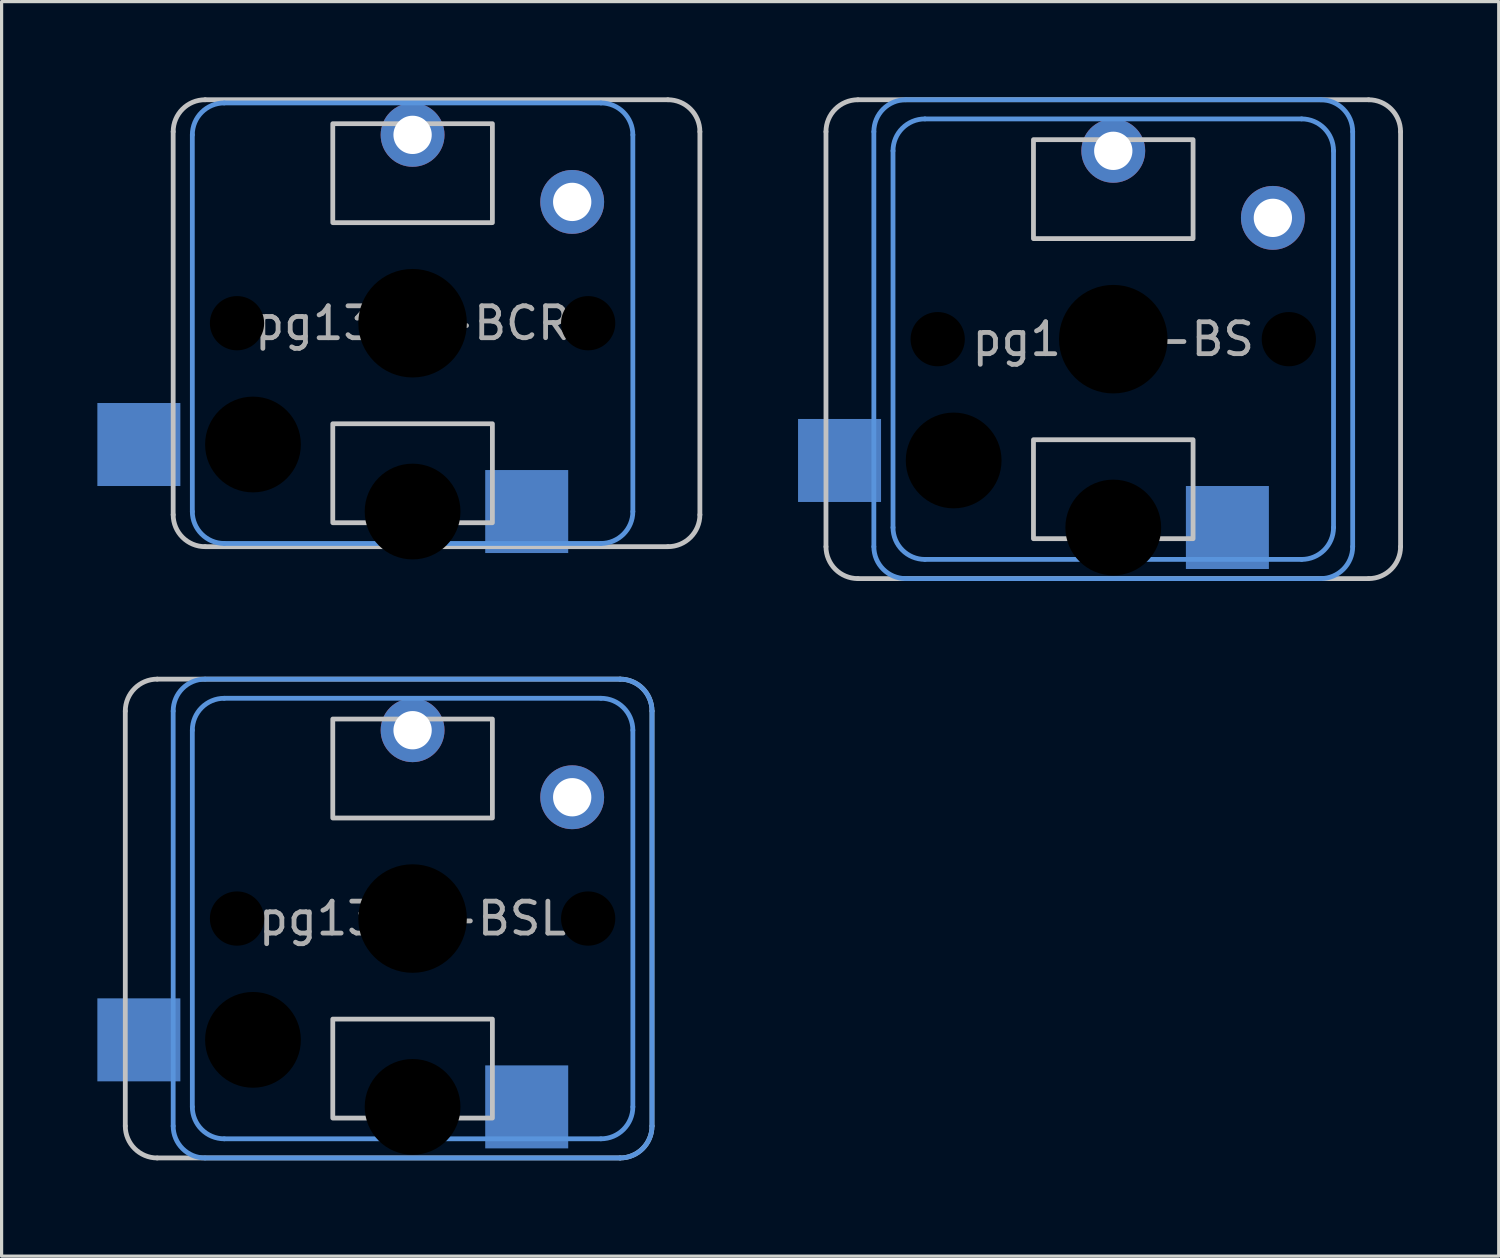
<source format=kicad_pcb>
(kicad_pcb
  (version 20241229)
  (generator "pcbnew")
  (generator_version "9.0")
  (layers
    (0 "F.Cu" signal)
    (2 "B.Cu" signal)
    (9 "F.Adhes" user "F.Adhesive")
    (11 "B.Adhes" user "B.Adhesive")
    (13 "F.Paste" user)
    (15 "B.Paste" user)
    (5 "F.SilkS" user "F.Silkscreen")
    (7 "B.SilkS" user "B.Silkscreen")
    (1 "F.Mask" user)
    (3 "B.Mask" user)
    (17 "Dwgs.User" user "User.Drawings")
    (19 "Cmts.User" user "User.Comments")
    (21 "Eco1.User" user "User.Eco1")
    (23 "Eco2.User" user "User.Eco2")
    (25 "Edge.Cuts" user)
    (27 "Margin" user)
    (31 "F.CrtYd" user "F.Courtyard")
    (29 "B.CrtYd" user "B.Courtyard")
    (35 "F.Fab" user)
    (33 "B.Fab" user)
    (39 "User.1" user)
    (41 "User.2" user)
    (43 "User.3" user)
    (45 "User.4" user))
  (footprint "pg1350-BCR"
    (layer "F.Cu")
    (at 9.875 7.075)
    (property "Reference" "pg1350-BCR" (at 0 0 0) (layer "F.Fab") (effects (font (size 1 1) (thickness 0.15))))
    (attr through_hole)
    (fp_line (start -7.5 6) (end -7.5 -6) (stroke (width 0.15) (type solid)) (layer "Dwgs.User"))
    (fp_line (start -6.5 -7) (end 8 -7) (stroke (width 0.15) (type solid)) (layer "Dwgs.User"))
    (fp_line (start 8 7) (end -6.5 7) (stroke (width 0.15) (type solid)) (layer "Dwgs.User"))
    (fp_line (start 9 -6) (end 9 6) (stroke (width 0.15) (type solid)) (layer "Dwgs.User"))
    (fp_rect (start 2.5 -6.25) (end -2.5 -3.15) (stroke (width 0.15) (type solid)) (fill no) (layer "Dwgs.User"))
    (fp_rect (start 2.5 6.25) (end -2.5 3.15) (stroke (width 0.15) (type solid)) (fill no) (layer "Dwgs.User"))
    (fp_arc (start -7.5 -6) (mid -7.207107 -6.707107) (end -6.5 -7) (stroke (width 0.15) (type solid)) (layer "Dwgs.User"))
    (fp_arc (start -6.5 7) (mid -7.207107 6.707107) (end -7.5 6) (stroke (width 0.15) (type solid)) (layer "Dwgs.User"))
    (fp_arc (start 8 -7) (mid 8.707107 -6.707107) (end 9 -6) (stroke (width 0.15) (type solid)) (layer "Dwgs.User"))
    (fp_arc (start 9 6) (mid 8.707107 6.707107) (end 8 7) (stroke (width 0.15) (type solid)) (layer "Dwgs.User"))
    (fp_line (start -6.9 5.9) (end -6.9 -5.9) (stroke (width 0.15) (type solid)) (layer "Cmts.User"))
    (fp_line (start -5.9 -6.9) (end 5.9 -6.9) (stroke (width 0.15) (type solid)) (layer "Cmts.User"))
    (fp_line (start 5.9 6.9) (end -5.9 6.9) (stroke (width 0.15) (type solid)) (layer "Cmts.User"))
    (fp_line (start 6.9 -5.9) (end 6.9 5.9) (stroke (width 0.15) (type solid)) (layer "Cmts.User"))
    (fp_arc (start -6.9 -5.9) (mid -6.607107 -6.607107) (end -5.9 -6.9) (stroke (width 0.15) (type solid)) (layer "Cmts.User"))
    (fp_arc (start -5.9 6.9) (mid -6.607107 6.607107) (end -6.9 5.9) (stroke (width 0.15) (type solid)) (layer "Cmts.User"))
    (fp_arc (start 5.9 -6.9) (mid 6.607107 -6.607107) (end 6.9 -5.9) (stroke (width 0.15) (type solid)) (layer "Cmts.User"))
    (fp_arc (start 6.9 5.9) (mid 6.607107 6.607107) (end 5.9 6.9) (stroke (width 0.15) (type solid)) (layer "Cmts.User"))
    (pad "" np_thru_hole circle (at -5.5 0) (size 1.7 1.7) (drill 1.7) (layers "*.Mask"))
    (pad "" np_thru_hole circle (at -5 3.8 180) (size 3 3) (drill 3) (layers "*.Mask"))
    (pad "" np_thru_hole circle (at 0 0) (size 3.4 3.4) (drill 3.4) (layers "*.Mask"))
    (pad "" np_thru_hole circle (at 0 5.9 180) (size 3 3) (drill 3) (layers "*.Mask"))
    (pad "" np_thru_hole circle (at 5.5 0) (size 1.7 1.7) (drill 1.7) (layers "*.Mask"))
    (pad "1" thru_hole circle (at 0 -5.9) (size 2 2) (drill 1.2) (layers "*.Cu" "B.Mask"))
    (pad "1" smd rect (at 3.575 5.9 180) (size 2.6 2.6) (layers "B.Cu" "B.Mask"))
    (pad "2" smd rect (at -8.575 3.8 180) (size 2.6 2.6) (layers "B.Cu" "B.Mask"))
    (pad "2" thru_hole circle (at 5 -3.8) (size 2 2) (drill 1.2) (layers "*.Cu" "B.Mask")))
  (footprint "pg1350-BSL"
    (layer "F.Cu")
    (at 9.875 25.725)
    (property "Reference" "pg1350-BSL" (at 0 0 0) (layer "F.Fab") (effects (font (size 1 1) (thickness 0.15))))
    (attr through_hole)
    (fp_line (start -9 6.5) (end -9 -6.5) (stroke (width 0.15) (type solid)) (layer "Dwgs.User"))
    (fp_line (start -8 -7.5) (end 6.5 -7.5) (stroke (width 0.15) (type solid)) (layer "Dwgs.User"))
    (fp_line (start 6.5 7.5) (end -8 7.5) (stroke (width 0.15) (type solid)) (layer "Dwgs.User"))
    (fp_line (start 7.5 -6.5) (end 7.5 6.5) (stroke (width 0.15) (type solid)) (layer "Dwgs.User"))
    (fp_rect (start 2.5 -6.25) (end -2.5 -3.15) (stroke (width 0.15) (type solid)) (fill no) (layer "Dwgs.User"))
    (fp_rect (start 2.5 6.25) (end -2.5 3.15) (stroke (width 0.15) (type solid)) (fill no) (layer "Dwgs.User"))
    (fp_arc (start -9 -6.5) (mid -8.707107 -7.207107) (end -8 -7.5) (stroke (width 0.15) (type solid)) (layer "Dwgs.User"))
    (fp_arc (start -8 7.5) (mid -8.707107 7.207107) (end -9 6.5) (stroke (width 0.15) (type solid)) (layer "Dwgs.User"))
    (fp_arc (start 6.5 -7.5) (mid 7.207107 -7.207107) (end 7.5 -6.5) (stroke (width 0.15) (type solid)) (layer "Dwgs.User"))
    (fp_arc (start 7.5 6.5) (mid 7.207107 7.207107) (end 6.5 7.5) (stroke (width 0.15) (type solid)) (layer "Dwgs.User"))
    (fp_line (start -7.5 6.5) (end -7.5 -6.5) (stroke (width 0.15) (type solid)) (layer "Cmts.User"))
    (fp_line (start -6.9 5.9) (end -6.9 -5.9) (stroke (width 0.15) (type solid)) (layer "Cmts.User"))
    (fp_line (start -6.5 -7.5) (end 6.5 -7.5) (stroke (width 0.15) (type solid)) (layer "Cmts.User"))
    (fp_line (start -5.9 -6.9) (end 5.9 -6.9) (stroke (width 0.15) (type solid)) (layer "Cmts.User"))
    (fp_line (start 5.9 6.9) (end -5.9 6.9) (stroke (width 0.15) (type solid)) (layer "Cmts.User"))
    (fp_line (start 6.5 7.5) (end -6.5 7.5) (stroke (width 0.15) (type solid)) (layer "Cmts.User"))
    (fp_line (start 6.9 -5.9) (end 6.9 5.9) (stroke (width 0.15) (type solid)) (layer "Cmts.User"))
    (fp_line (start 7.5 -6.5) (end 7.5 6.5) (stroke (width 0.15) (type solid)) (layer "Cmts.User"))
    (fp_arc (start -7.5 -6.5) (mid -7.207107 -7.207107) (end -6.5 -7.5) (stroke (width 0.15) (type solid)) (layer "Cmts.User"))
    (fp_arc (start -6.9 -5.9) (mid -6.607107 -6.607107) (end -5.9 -6.9) (stroke (width 0.15) (type solid)) (layer "Cmts.User"))
    (fp_arc (start -6.5 7.5) (mid -7.207107 7.207107) (end -7.5 6.5) (stroke (width 0.15) (type solid)) (layer "Cmts.User"))
    (fp_arc (start -5.9 6.9) (mid -6.607107 6.607107) (end -6.9 5.9) (stroke (width 0.15) (type solid)) (layer "Cmts.User"))
    (fp_arc (start 5.9 -6.9) (mid 6.607107 -6.607107) (end 6.9 -5.9) (stroke (width 0.15) (type solid)) (layer "Cmts.User"))
    (fp_arc (start 6.5 -7.5) (mid 7.207107 -7.207107) (end 7.5 -6.5) (stroke (width 0.15) (type solid)) (layer "Cmts.User"))
    (fp_arc (start 6.9 5.9) (mid 6.607107 6.607107) (end 5.9 6.9) (stroke (width 0.15) (type solid)) (layer "Cmts.User"))
    (fp_arc (start 7.5 6.5) (mid 7.207107 7.207107) (end 6.5 7.5) (stroke (width 0.15) (type solid)) (layer "Cmts.User"))
    (pad "" np_thru_hole circle (at -5.5 0) (size 1.7 1.7) (drill 1.7) (layers "*.Mask"))
    (pad "" np_thru_hole circle (at -5 3.8 180) (size 3 3) (drill 3) (layers "*.Mask"))
    (pad "" np_thru_hole circle (at 0 0) (size 3.4 3.4) (drill 3.4) (layers "*.Mask"))
    (pad "" np_thru_hole circle (at 0 5.9 180) (size 3 3) (drill 3) (layers "*.Mask"))
    (pad "" np_thru_hole circle (at 5.5 0) (size 1.7 1.7) (drill 1.7) (layers "*.Mask"))
    (pad "1" thru_hole circle (at 0 -5.9) (size 2 2) (drill 1.2) (layers "*.Cu" "B.Mask"))
    (pad "1" smd rect (at 3.575 5.9 180) (size 2.6 2.6) (layers "B.Cu" "B.Mask"))
    (pad "2" smd rect (at -8.575 3.8 180) (size 2.6 2.6) (layers "B.Cu" "B.Mask"))
    (pad "2" thru_hole circle (at 5 -3.8) (size 2 2) (drill 1.2) (layers "*.Cu" "B.Mask")))
  (footprint "pg1350-BS"
    (layer "F.Cu")
    (at 31.825 7.575)
    (property "Reference" "pg1350-BS" (at 0 0 0) (layer "F.Fab") (effects (font (size 1 1) (thickness 0.15))))
    (attr through_hole)
    (fp_line (start -9 6.5) (end -9 -6.5) (stroke (width 0.15) (type solid)) (layer "Dwgs.User"))
    (fp_line (start -8 -7.5) (end 8 -7.5) (stroke (width 0.15) (type solid)) (layer "Dwgs.User"))
    (fp_line (start 8 7.5) (end -8 7.5) (stroke (width 0.15) (type solid)) (layer "Dwgs.User"))
    (fp_line (start 9 -6.5) (end 9 6.5) (stroke (width 0.15) (type solid)) (layer "Dwgs.User"))
    (fp_rect (start 2.5 -6.25) (end -2.5 -3.15) (stroke (width 0.15) (type solid)) (fill no) (layer "Dwgs.User"))
    (fp_rect (start 2.5 6.25) (end -2.5 3.15) (stroke (width 0.15) (type solid)) (fill no) (layer "Dwgs.User"))
    (fp_arc (start -9 -6.5) (mid -8.707107 -7.207107) (end -8 -7.5) (stroke (width 0.15) (type solid)) (layer "Dwgs.User"))
    (fp_arc (start -8 7.5) (mid -8.707107 7.207107) (end -9 6.5) (stroke (width 0.15) (type solid)) (layer "Dwgs.User"))
    (fp_arc (start 8 -7.5) (mid 8.707107 -7.207107) (end 9 -6.5) (stroke (width 0.15) (type solid)) (layer "Dwgs.User"))
    (fp_arc (start 9 6.5) (mid 8.707107 7.207107) (end 8 7.5) (stroke (width 0.15) (type solid)) (layer "Dwgs.User"))
    (fp_line (start -7.5 6.5) (end -7.5 -6.5) (stroke (width 0.15) (type solid)) (layer "Cmts.User"))
    (fp_line (start -6.9 5.9) (end -6.9 -5.9) (stroke (width 0.15) (type solid)) (layer "Cmts.User"))
    (fp_line (start -6.5 -7.5) (end 6.5 -7.5) (stroke (width 0.15) (type solid)) (layer "Cmts.User"))
    (fp_line (start -5.9 -6.9) (end 5.9 -6.9) (stroke (width 0.15) (type solid)) (layer "Cmts.User"))
    (fp_line (start 5.9 6.9) (end -5.9 6.9) (stroke (width 0.15) (type solid)) (layer "Cmts.User"))
    (fp_line (start 6.5 7.5) (end -6.5 7.5) (stroke (width 0.15) (type solid)) (layer "Cmts.User"))
    (fp_line (start 6.9 -5.9) (end 6.9 5.9) (stroke (width 0.15) (type solid)) (layer "Cmts.User"))
    (fp_line (start 7.5 -6.5) (end 7.5 6.5) (stroke (width 0.15) (type solid)) (layer "Cmts.User"))
    (fp_arc (start -7.5 -6.5) (mid -7.207107 -7.207107) (end -6.5 -7.5) (stroke (width 0.15) (type solid)) (layer "Cmts.User"))
    (fp_arc (start -6.9 -5.9) (mid -6.607107 -6.607107) (end -5.9 -6.9) (stroke (width 0.15) (type solid)) (layer "Cmts.User"))
    (fp_arc (start -6.5 7.5) (mid -7.207107 7.207107) (end -7.5 6.5) (stroke (width 0.15) (type solid)) (layer "Cmts.User"))
    (fp_arc (start -5.9 6.9) (mid -6.607107 6.607107) (end -6.9 5.9) (stroke (width 0.15) (type solid)) (layer "Cmts.User"))
    (fp_arc (start 5.9 -6.9) (mid 6.607107 -6.607107) (end 6.9 -5.9) (stroke (width 0.15) (type solid)) (layer "Cmts.User"))
    (fp_arc (start 6.5 -7.5) (mid 7.207107 -7.207107) (end 7.5 -6.5) (stroke (width 0.15) (type solid)) (layer "Cmts.User"))
    (fp_arc (start 6.9 5.9) (mid 6.607107 6.607107) (end 5.9 6.9) (stroke (width 0.15) (type solid)) (layer "Cmts.User"))
    (fp_arc (start 7.5 6.5) (mid 7.207107 7.207107) (end 6.5 7.5) (stroke (width 0.15) (type solid)) (layer "Cmts.User"))
    (pad "" np_thru_hole circle (at -5.5 0) (size 1.7 1.7) (drill 1.7) (layers "*.Mask"))
    (pad "" np_thru_hole circle (at -5 3.8 180) (size 3 3) (drill 3) (layers "*.Mask"))
    (pad "" np_thru_hole circle (at 0 0) (size 3.4 3.4) (drill 3.4) (layers "*.Mask"))
    (pad "" np_thru_hole circle (at 0 5.9 180) (size 3 3) (drill 3) (layers "*.Mask"))
    (pad "" np_thru_hole circle (at 5.5 0) (size 1.7 1.7) (drill 1.7) (layers "*.Mask"))
    (pad "1" thru_hole circle (at 0 -5.9) (size 2 2) (drill 1.2) (layers "*.Cu" "B.Mask"))
    (pad "1" smd rect (at 3.575 5.9 180) (size 2.6 2.6) (layers "B.Cu" "B.Mask"))
    (pad "2" smd rect (at -8.575 3.8 180) (size 2.6 2.6) (layers "B.Cu" "B.Mask"))
    (pad "2" thru_hole circle (at 5 -3.8) (size 2 2) (drill 1.2) (layers "*.Cu" "B.Mask")))
  (gr_rect
    (start -3 -3)
    (end 43.9 36.3)
    (stroke (width 0.1) (type default))
    (fill no)
    (layer "Edge.Cuts")))
</source>
